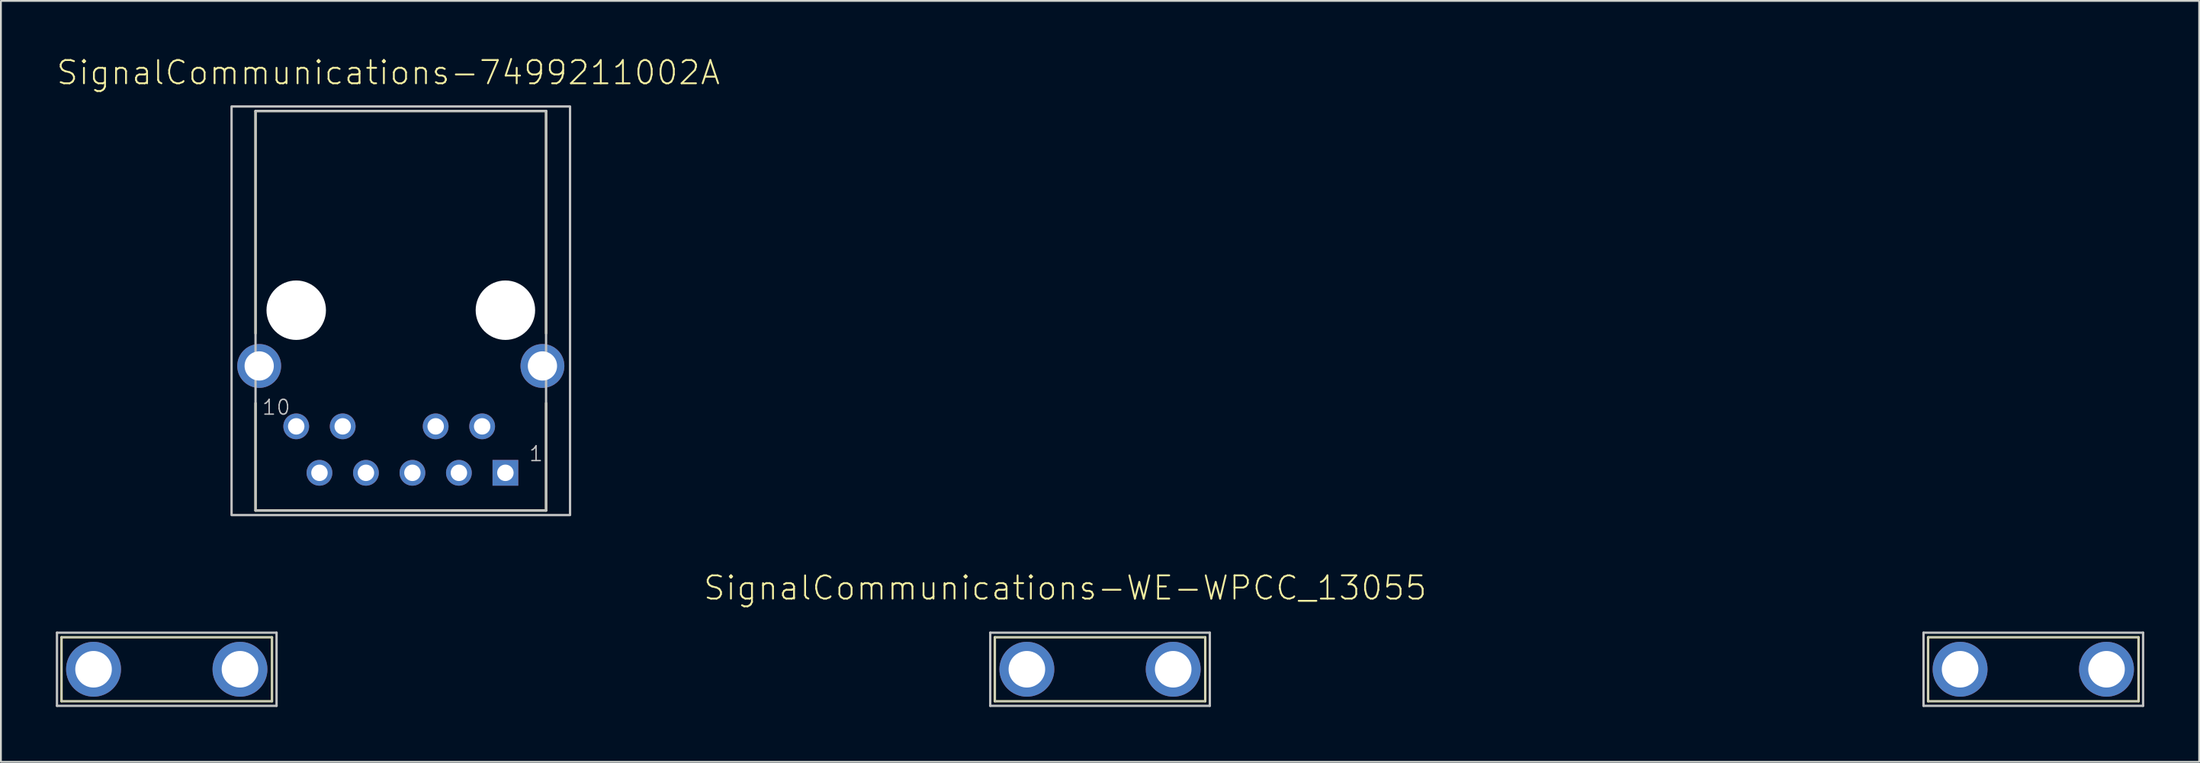
<source format=kicad_pcb>
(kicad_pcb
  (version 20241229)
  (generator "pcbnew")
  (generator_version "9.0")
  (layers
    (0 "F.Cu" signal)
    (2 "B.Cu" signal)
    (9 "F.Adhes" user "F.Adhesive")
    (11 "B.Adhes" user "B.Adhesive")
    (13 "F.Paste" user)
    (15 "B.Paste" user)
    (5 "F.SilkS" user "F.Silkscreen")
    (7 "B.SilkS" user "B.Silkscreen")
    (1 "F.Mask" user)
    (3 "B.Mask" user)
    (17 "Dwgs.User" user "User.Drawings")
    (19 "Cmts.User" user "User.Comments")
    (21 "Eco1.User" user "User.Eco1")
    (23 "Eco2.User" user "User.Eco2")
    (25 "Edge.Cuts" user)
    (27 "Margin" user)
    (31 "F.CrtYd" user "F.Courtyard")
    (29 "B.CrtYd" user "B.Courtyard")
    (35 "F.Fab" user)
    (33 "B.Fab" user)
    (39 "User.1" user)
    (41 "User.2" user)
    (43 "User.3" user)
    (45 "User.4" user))
  (footprint "SignalCommunications-7499211002A"
    (layer "F.Cu")
    (at 18.852 13.908)
    (property "Reference" "SignalCommunications-7499211002A" (at -0.683 -12.987 0) (layer "F.SilkS") (effects (font (size 1.27 1.27) (thickness 0.102))))
    (attr exclude_from_pos_files exclude_from_bom)
    (fp_line (start -7.938 1.27) (end -7.938 -10.889) (stroke (width 0.127) (type solid)) (layer "F.SilkS"))
    (fp_line (start -7.938 10.95) (end -7.938 5.08) (stroke (width 0.127) (type solid)) (layer "F.SilkS"))
    (fp_line (start -7.938 10.95) (end 7.938 10.95) (stroke (width 0.127) (type solid)) (layer "F.SilkS"))
    (fp_line (start 7.938 -10.889) (end -7.938 -10.889) (stroke (width 0.127) (type solid)) (layer "F.SilkS"))
    (fp_line (start 7.938 -10.889) (end 7.938 1.27) (stroke (width 0.127) (type solid)) (layer "F.SilkS"))
    (fp_line (start 7.938 5.08) (end 7.938 10.95) (stroke (width 0.127) (type solid)) (layer "F.SilkS"))
    (fp_line (start -7.938 -10.889) (end -7.938 10.95) (stroke (width 0.127) (type solid)) (layer "Dwgs.User"))
    (fp_line (start -7.938 -10.889) (end 7.938 -10.889) (stroke (width 0.127) (type solid)) (layer "Dwgs.User"))
    (fp_line (start -7.938 10.95) (end 7.938 10.95) (stroke (width 0.127) (type solid)) (layer "Dwgs.User"))
    (fp_line (start 7.938 10.95) (end 7.938 -10.889) (stroke (width 0.127) (type solid)) (layer "Dwgs.User"))
    (fp_poly (pts (xy -9.248 -11.138) (xy 9.248 -11.138) (xy 9.248 11.199) (xy -9.248 11.199) (xy -9.248 -11.138)) (stroke (width 0.127) (type solid)) (fill no) (layer "Dwgs.User"))
    (fp_text user "10" (at -6.807 5.309 0) (layer "Dwgs.User") (effects (font (size 0.813 0.813) (thickness 0.076))))
    (fp_text user "1" (at 7.391 7.849 0) (layer "Dwgs.User") (effects (font (size 0.813 0.813) (thickness 0.076))))
    (pad "" np_thru_hole circle (at -5.715 0) (size 3.249 3.249) (drill 3.249) (layers "*.Cu" "*.Mask"))
    (pad "" np_thru_hole circle (at 5.715 0) (size 3.249 3.249) (drill 3.249) (layers "*.Cu" "*.Mask"))
    (pad "1" thru_hole rect (at 5.715 8.89) (size 1.407 1.407) (drill 0.899) (layers "*.Cu" "*.Paste" "*.Mask"))
    (pad "2" thru_hole circle (at 4.445 6.35) (size 1.407 1.407) (drill 0.899) (layers "*.Cu" "*.Paste" "*.Mask"))
    (pad "3" thru_hole circle (at 3.175 8.89) (size 1.407 1.407) (drill 0.899) (layers "*.Cu" "*.Paste" "*.Mask"))
    (pad "4" thru_hole circle (at 1.905 6.35) (size 1.407 1.407) (drill 0.899) (layers "*.Cu" "*.Paste" "*.Mask"))
    (pad "5" thru_hole circle (at 0.635 8.89) (size 1.407 1.407) (drill 0.899) (layers "*.Cu" "*.Paste" "*.Mask"))
    (pad "7" thru_hole circle (at -1.905 8.89) (size 1.407 1.407) (drill 0.899) (layers "*.Cu" "*.Paste" "*.Mask"))
    (pad "8" thru_hole circle (at -3.175 6.35) (size 1.407 1.407) (drill 0.899) (layers "*.Cu" "*.Paste" "*.Mask"))
    (pad "9" thru_hole circle (at -4.445 8.89) (size 1.407 1.407) (drill 0.899) (layers "*.Cu" "*.Paste" "*.Mask"))
    (pad "10" thru_hole circle (at -5.715 6.35) (size 1.407 1.407) (drill 0.899) (layers "*.Cu" "*.Paste" "*.Mask"))
    (pad "Z1" thru_hole circle (at -7.739 3.048) (size 2.398 2.398) (drill 1.598) (layers "*.Cu" "*.Paste" "*.Mask"))
    (pad "Z2" thru_hole circle (at 7.739 3.048) (size 2.398 2.398) (drill 1.598) (layers "*.Cu" "*.Paste" "*.Mask")))
  (footprint "SignalCommunications-WE-WPCC_13055"
    (layer "F.Cu")
    (at 57.061 33.537)
    (property "Reference" "SignalCommunications-WE-WPCC_13055" (at -1.905 -4.445 0) (layer "F.SilkS") (effects (font (size 1.27 1.27) (thickness 0.102))))
    (attr exclude_from_pos_files exclude_from_bom)
    (fp_line (start -56.749 -1.748) (end -56.749 1.748) (stroke (width 0.127) (type solid)) (layer "F.SilkS"))
    (fp_line (start -56.749 1.748) (end -45.248 1.748) (stroke (width 0.127) (type solid)) (layer "F.SilkS"))
    (fp_line (start -45.248 -1.748) (end -56.749 -1.748) (stroke (width 0.127) (type solid)) (layer "F.SilkS"))
    (fp_line (start -45.248 1.748) (end -45.248 -1.748) (stroke (width 0.127) (type solid)) (layer "F.SilkS"))
    (fp_line (start -5.748 -1.748) (end -5.748 1.748) (stroke (width 0.127) (type solid)) (layer "F.SilkS"))
    (fp_line (start -5.748 1.748) (end 5.748 1.748) (stroke (width 0.127) (type solid)) (layer "F.SilkS"))
    (fp_line (start 5.748 -1.748) (end -5.748 -1.748) (stroke (width 0.127) (type solid)) (layer "F.SilkS"))
    (fp_line (start 5.748 1.748) (end 5.748 -1.748) (stroke (width 0.127) (type solid)) (layer "F.SilkS"))
    (fp_line (start 45.248 -1.748) (end 45.248 1.748) (stroke (width 0.127) (type solid)) (layer "F.SilkS"))
    (fp_line (start 45.248 1.748) (end 56.749 1.748) (stroke (width 0.127) (type solid)) (layer "F.SilkS"))
    (fp_line (start 56.749 -1.748) (end 45.248 -1.748) (stroke (width 0.127) (type solid)) (layer "F.SilkS"))
    (fp_line (start 56.749 1.748) (end 56.749 -1.748) (stroke (width 0.127) (type solid)) (layer "F.SilkS"))
    (fp_line (start -56.998 -1.999) (end -56.998 1.999) (stroke (width 0.127) (type solid)) (layer "Dwgs.User"))
    (fp_line (start -56.998 1.999) (end -44.999 1.999) (stroke (width 0.127) (type solid)) (layer "Dwgs.User"))
    (fp_line (start -56.749 -1.748) (end -45.248 -1.748) (stroke (width 0.066) (type solid)) (layer "Dwgs.User"))
    (fp_line (start -56.749 1.748) (end -56.749 -1.748) (stroke (width 0.066) (type solid)) (layer "Dwgs.User"))
    (fp_line (start -56.749 1.748) (end -45.248 1.748) (stroke (width 0.066) (type solid)) (layer "Dwgs.User"))
    (fp_line (start -45.248 1.748) (end -45.248 -1.748) (stroke (width 0.066) (type solid)) (layer "Dwgs.User"))
    (fp_line (start -44.999 -1.999) (end -56.998 -1.999) (stroke (width 0.127) (type solid)) (layer "Dwgs.User"))
    (fp_line (start -44.999 1.999) (end -44.999 -1.999) (stroke (width 0.127) (type solid)) (layer "Dwgs.User"))
    (fp_line (start -5.999 -1.999) (end -5.999 1.999) (stroke (width 0.127) (type solid)) (layer "Dwgs.User"))
    (fp_line (start -5.999 1.999) (end 5.999 1.999) (stroke (width 0.127) (type solid)) (layer "Dwgs.User"))
    (fp_line (start -5.748 -1.748) (end 5.748 -1.748) (stroke (width 0.066) (type solid)) (layer "Dwgs.User"))
    (fp_line (start -5.748 1.748) (end -5.748 -1.748) (stroke (width 0.066) (type solid)) (layer "Dwgs.User"))
    (fp_line (start -5.748 1.748) (end 5.748 1.748) (stroke (width 0.066) (type solid)) (layer "Dwgs.User"))
    (fp_line (start 5.748 1.748) (end 5.748 -1.748) (stroke (width 0.066) (type solid)) (layer "Dwgs.User"))
    (fp_line (start 5.999 -1.999) (end -5.999 -1.999) (stroke (width 0.127) (type solid)) (layer "Dwgs.User"))
    (fp_line (start 5.999 1.999) (end 5.999 -1.999) (stroke (width 0.127) (type solid)) (layer "Dwgs.User"))
    (fp_line (start 44.999 -1.999) (end 44.999 1.999) (stroke (width 0.127) (type solid)) (layer "Dwgs.User"))
    (fp_line (start 44.999 1.999) (end 56.998 1.999) (stroke (width 0.127) (type solid)) (layer "Dwgs.User"))
    (fp_line (start 45.248 -1.748) (end 56.749 -1.748) (stroke (width 0.066) (type solid)) (layer "Dwgs.User"))
    (fp_line (start 45.248 1.748) (end 45.248 -1.748) (stroke (width 0.066) (type solid)) (layer "Dwgs.User"))
    (fp_line (start 45.248 1.748) (end 56.749 1.748) (stroke (width 0.066) (type solid)) (layer "Dwgs.User"))
    (fp_line (start 56.749 1.748) (end 56.749 -1.748) (stroke (width 0.066) (type solid)) (layer "Dwgs.User"))
    (fp_line (start 56.998 -1.999) (end 44.999 -1.999) (stroke (width 0.127) (type solid)) (layer "Dwgs.User"))
    (fp_line (start 56.998 1.999) (end 56.998 -1.999) (stroke (width 0.127) (type solid)) (layer "Dwgs.User"))
    (pad "1" thru_hole circle (at -54.999 0) (size 3 3) (drill 1.999) (layers "*.Cu" "*.Paste" "*.Mask"))
    (pad "2" thru_hole circle (at -46.998 0) (size 3 3) (drill 1.999) (layers "*.Cu" "*.Paste" "*.Mask"))
    (pad "3" thru_hole circle (at -3.998 0) (size 3 3) (drill 1.999) (layers "*.Cu" "*.Paste" "*.Mask"))
    (pad "4" thru_hole circle (at 3.998 0) (size 3 3) (drill 1.999) (layers "*.Cu" "*.Paste" "*.Mask"))
    (pad "5" thru_hole circle (at 46.998 0) (size 3 3) (drill 1.999) (layers "*.Cu" "*.Paste" "*.Mask"))
    (pad "6" thru_hole circle (at 54.999 0) (size 3 3) (drill 1.999) (layers "*.Cu" "*.Paste" "*.Mask")))
  (gr_rect
    (start -3 -3)
    (end 117.122 38.599)
    (stroke (width 0.1) (type default))
    (fill no)
    (layer "Edge.Cuts")))
</source>
